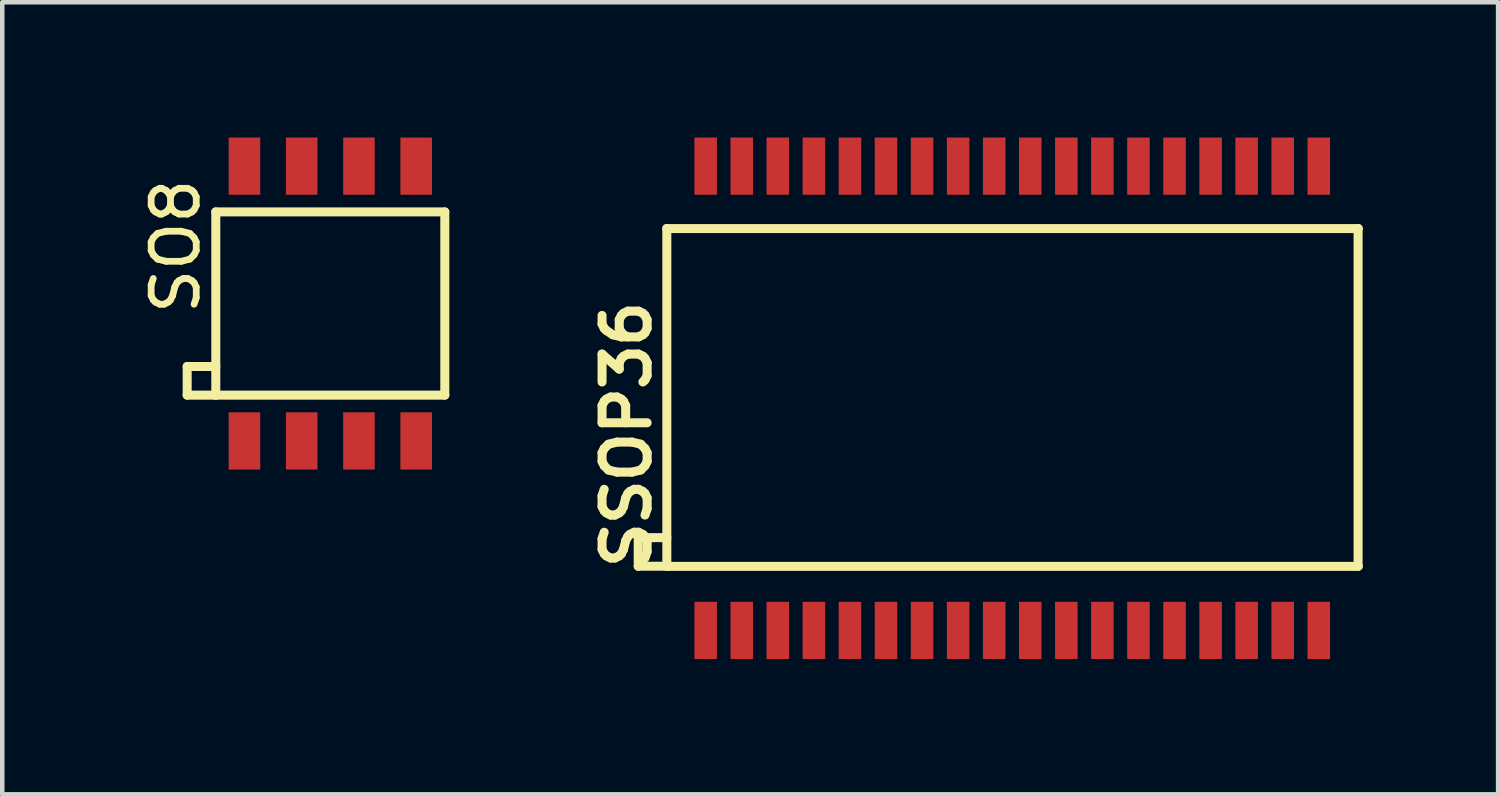
<source format=kicad_pcb>
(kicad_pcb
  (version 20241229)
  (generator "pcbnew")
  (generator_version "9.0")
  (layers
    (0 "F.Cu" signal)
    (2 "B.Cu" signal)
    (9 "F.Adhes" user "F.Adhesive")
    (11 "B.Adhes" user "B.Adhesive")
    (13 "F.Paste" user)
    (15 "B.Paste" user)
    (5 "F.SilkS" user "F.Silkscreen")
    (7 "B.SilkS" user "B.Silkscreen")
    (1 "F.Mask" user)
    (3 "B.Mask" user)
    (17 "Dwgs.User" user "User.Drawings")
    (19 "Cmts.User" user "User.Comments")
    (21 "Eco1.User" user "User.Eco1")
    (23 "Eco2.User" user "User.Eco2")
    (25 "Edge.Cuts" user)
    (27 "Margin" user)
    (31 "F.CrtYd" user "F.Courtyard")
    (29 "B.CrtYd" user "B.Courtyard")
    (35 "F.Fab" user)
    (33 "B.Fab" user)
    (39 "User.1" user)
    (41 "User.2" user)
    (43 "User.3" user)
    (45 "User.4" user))
  (footprint "SO8"
    (layer "F.Cu")
    (at 2.372 6.731)
    (property "Reference" "SO8" (at -1.524 -4.318 90) (layer "F.SilkS") (effects (font (size 1 1) (thickness 0.15))))
    (attr through_hole)
    (fp_line (start -1.27 -1.651) (end -1.27 -1.016) (stroke (width 0.2) (type solid)) (layer "F.SilkS"))
    (fp_line (start -1.27 -1.016) (end -0.635 -1.016) (stroke (width 0.2) (type solid)) (layer "F.SilkS"))
    (fp_line (start -0.635 -5.08) (end -0.635 -1.016) (stroke (width 0.2) (type solid)) (layer "F.SilkS"))
    (fp_line (start -0.635 -1.651) (end -1.27 -1.651) (stroke (width 0.2) (type solid)) (layer "F.SilkS"))
    (fp_line (start -0.635 -1.016) (end 4.445 -1.016) (stroke (width 0.2) (type solid)) (layer "F.SilkS"))
    (fp_line (start 4.445 -5.08) (end -0.635 -5.08) (stroke (width 0.2) (type solid)) (layer "F.SilkS"))
    (fp_line (start 4.445 -1.016) (end 4.445 -5.08) (stroke (width 0.2) (type solid)) (layer "F.SilkS"))
    (pad "1" smd rect (at 0 0) (size 0.7 1.27) (layers "F.Cu" "F.Mask" "F.Paste"))
    (pad "2" smd rect (at 1.27 0) (size 0.7 1.27) (layers "F.Cu" "F.Mask" "F.Paste"))
    (pad "3" smd rect (at 2.54 0) (size 0.7 1.27) (layers "F.Cu" "F.Mask" "F.Paste"))
    (pad "4" smd rect (at 3.81 0) (size 0.7 1.27) (layers "F.Cu" "F.Mask" "F.Paste"))
    (pad "5" smd rect (at 3.81 -6.096) (size 0.7 1.27) (layers "F.Cu" "F.Mask" "F.Paste"))
    (pad "6" smd rect (at 2.54 -6.096) (size 0.7 1.27) (layers "F.Cu" "F.Mask" "F.Paste"))
    (pad "7" smd rect (at 1.27 -6.096) (size 0.7 1.27) (layers "F.Cu" "F.Mask" "F.Paste"))
    (pad "8" smd rect (at 0 -6.096) (size 0.7 1.27) (layers "F.Cu" "F.Mask" "F.Paste")))
  (footprint "SSOP36"
    (layer "F.Cu")
    (at 12.604 10.935)
    (property "Reference" "SSOP36" (at -1.751 -4.345 90) (layer "F.SilkS") (effects (font (size 1 1) (thickness 0.2))))
    (attr through_hole)
    (fp_line (start -1.497 -2.059) (end -1.497 -1.424) (stroke (width 0.2) (type solid)) (layer "F.SilkS"))
    (fp_line (start -1.497 -1.424) (end -0.862 -1.424) (stroke (width 0.2) (type solid)) (layer "F.SilkS"))
    (fp_line (start -0.862 -8.917) (end -0.862 -1.424) (stroke (width 0.2) (type solid)) (layer "F.SilkS"))
    (fp_line (start -0.862 -2.059) (end -1.497 -2.059) (stroke (width 0.2) (type solid)) (layer "F.SilkS"))
    (fp_line (start 14.472 -1.424) (end 14.472 -8.917) (stroke (width 0.2) (type solid)) (layer "F.SilkS"))
    (fp_line (start 14.478 -8.915) (end -0.864 -8.915) (stroke (width 0.2) (type solid)) (layer "F.SilkS"))
    (fp_line (start 14.478 -1.422) (end -0.864 -1.422) (stroke (width 0.2) (type solid)) (layer "F.SilkS"))
    (pad "1" smd rect (at 0 0) (size 0.5 1.27) (layers "F.Cu" "F.Mask" "F.Paste"))
    (pad "2" smd rect (at 0.8 0) (size 0.5 1.27) (layers "F.Cu" "F.Mask" "F.Paste"))
    (pad "3" smd rect (at 1.6 0) (size 0.5 1.27) (layers "F.Cu" "F.Mask" "F.Paste"))
    (pad "4" smd rect (at 2.4 0) (size 0.5 1.27) (layers "F.Cu" "F.Mask" "F.Paste"))
    (pad "5" smd rect (at 3.2 0) (size 0.5 1.27) (layers "F.Cu" "F.Mask" "F.Paste"))
    (pad "6" smd rect (at 4 0) (size 0.5 1.27) (layers "F.Cu" "F.Mask" "F.Paste"))
    (pad "7" smd rect (at 4.8 0) (size 0.5 1.27) (layers "F.Cu" "F.Mask" "F.Paste"))
    (pad "8" smd rect (at 5.6 0) (size 0.5 1.27) (layers "F.Cu" "F.Mask" "F.Paste"))
    (pad "9" smd rect (at 6.4 0) (size 0.5 1.27) (layers "F.Cu" "F.Mask" "F.Paste"))
    (pad "10" smd rect (at 7.2 0) (size 0.5 1.27) (layers "F.Cu" "F.Mask" "F.Paste"))
    (pad "11" smd rect (at 8 0) (size 0.5 1.27) (layers "F.Cu" "F.Mask" "F.Paste"))
    (pad "12" smd rect (at 8.8 0) (size 0.5 1.27) (layers "F.Cu" "F.Mask" "F.Paste"))
    (pad "13" smd rect (at 9.6 0) (size 0.5 1.27) (layers "F.Cu" "F.Mask" "F.Paste"))
    (pad "14" smd rect (at 10.4 0) (size 0.5 1.27) (layers "F.Cu" "F.Mask" "F.Paste"))
    (pad "15" smd rect (at 11.2 0) (size 0.5 1.27) (layers "F.Cu" "F.Mask" "F.Paste"))
    (pad "16" smd rect (at 12 0) (size 0.5 1.27) (layers "F.Cu" "F.Mask" "F.Paste"))
    (pad "17" smd rect (at 12.8 0) (size 0.5 1.27) (layers "F.Cu" "F.Mask" "F.Paste"))
    (pad "18" smd rect (at 13.6 0) (size 0.5 1.27) (layers "F.Cu" "F.Mask" "F.Paste"))
    (pad "19" smd rect (at 13.6 -10.3) (size 0.5 1.27) (layers "F.Cu" "F.Mask" "F.Paste"))
    (pad "20" smd rect (at 12.8 -10.3 180) (size 0.5 1.27) (layers "F.Cu" "F.Mask" "F.Paste"))
    (pad "21" smd rect (at 12 -10.3 180) (size 0.5 1.27) (layers "F.Cu" "F.Mask" "F.Paste"))
    (pad "22" smd rect (at 11.2 -10.3 180) (size 0.5 1.27) (layers "F.Cu" "F.Mask" "F.Paste"))
    (pad "23" smd rect (at 10.4 -10.3 180) (size 0.5 1.27) (layers "F.Cu" "F.Mask" "F.Paste"))
    (pad "24" smd rect (at 9.6 -10.3 180) (size 0.5 1.27) (layers "F.Cu" "F.Mask" "F.Paste"))
    (pad "25" smd rect (at 8.8 -10.3 180) (size 0.5 1.27) (layers "F.Cu" "F.Mask" "F.Paste"))
    (pad "26" smd rect (at 8 -10.3 180) (size 0.5 1.27) (layers "F.Cu" "F.Mask" "F.Paste"))
    (pad "27" smd rect (at 7.2 -10.3 180) (size 0.5 1.27) (layers "F.Cu" "F.Mask" "F.Paste"))
    (pad "28" smd rect (at 6.4 -10.3 180) (size 0.5 1.27) (layers "F.Cu" "F.Mask" "F.Paste"))
    (pad "29" smd rect (at 5.6 -10.3 180) (size 0.5 1.27) (layers "F.Cu" "F.Mask" "F.Paste"))
    (pad "30" smd rect (at 4.8 -10.3 180) (size 0.5 1.27) (layers "F.Cu" "F.Mask" "F.Paste"))
    (pad "31" smd rect (at 4 -10.3 180) (size 0.5 1.27) (layers "F.Cu" "F.Mask" "F.Paste"))
    (pad "32" smd rect (at 3.2 -10.3 180) (size 0.5 1.27) (layers "F.Cu" "F.Mask" "F.Paste"))
    (pad "33" smd rect (at 2.4 -10.3 180) (size 0.5 1.27) (layers "F.Cu" "F.Mask" "F.Paste"))
    (pad "34" smd rect (at 1.6 -10.3 180) (size 0.5 1.27) (layers "F.Cu" "F.Mask" "F.Paste"))
    (pad "35" smd rect (at 0.8 -10.3 180) (size 0.5 1.27) (layers "F.Cu" "F.Mask" "F.Paste"))
    (pad "36" smd rect (at 0 -10.3 180) (size 0.5 1.27) (layers "F.Cu" "F.Mask" "F.Paste")))
  (gr_rect
    (start -3 -3)
    (end 30.182 14.57)
    (stroke (width 0.1) (type default))
    (fill no)
    (layer "Edge.Cuts")))
</source>
